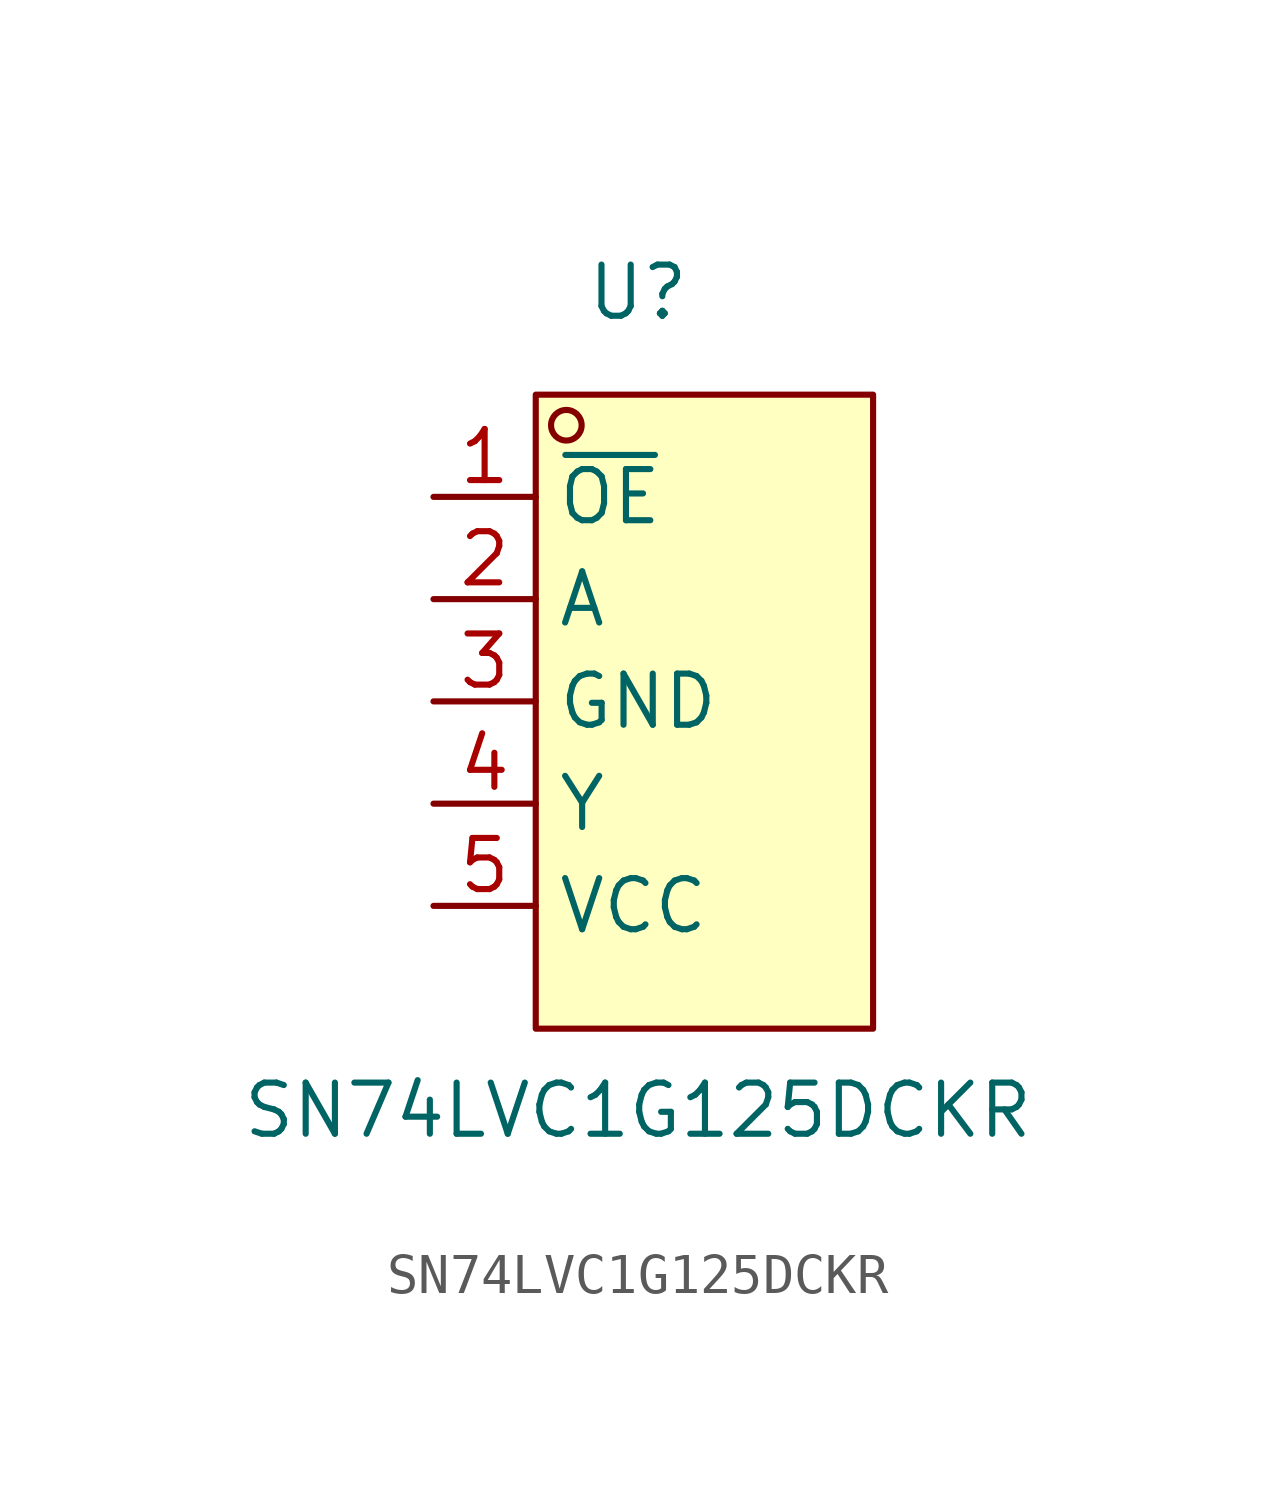
<source format=kicad_sym>
(kicad_symbol_lib
  (version 20211014)
  (generator https://github.com/uPesy/easyeda2kicad.py)
  (symbol "SN74LVC1G125DCKR"
    (property "Reference" "U"
      (at 0 10.16 0)
      (effects (font (size 1.27 1.27))))
    (property "Value" "SN74LVC1G125DCKR"
      (at 0 -10.16 0)
      (effects (font (size 1.27 1.27))))
    (symbol "SN74LVC1G125DCKR_0_1"
      (rectangle (start -2.54 7.62) (end 5.84 -8.13) (stroke (width 0) (type default) (color 0 0 0 0)) (fill (type background)))
      (circle (center -1.78 6.86) (radius 0.38) (stroke (width 0) (type default) (color 0 0 0 0)) (fill (type none)))
      (pin unspecified line (at -5.08 5.08 0) (length 2.54) (name "~{OE}" (effects (font (size 1.27 1.27)))) (number "1" (effects (font (size 1.27 1.27)))))
      (pin unspecified line (at -5.08 2.54 0) (length 2.54) (name "A" (effects (font (size 1.27 1.27)))) (number "2" (effects (font (size 1.27 1.27)))))
      (pin unspecified line (at -5.08 -0.00 0) (length 2.54) (name "GND" (effects (font (size 1.27 1.27)))) (number "3" (effects (font (size 1.27 1.27)))))
      (pin unspecified line (at -5.08 -2.54 0) (length 2.54) (name "Y" (effects (font (size 1.27 1.27)))) (number "4" (effects (font (size 1.27 1.27)))))
      (pin unspecified line (at -5.08 -5.08 0) (length 2.54) (name "VCC" (effects (font (size 1.27 1.27)))) (number "5" (effects (font (size 1.27 1.27))))))))
</source>
